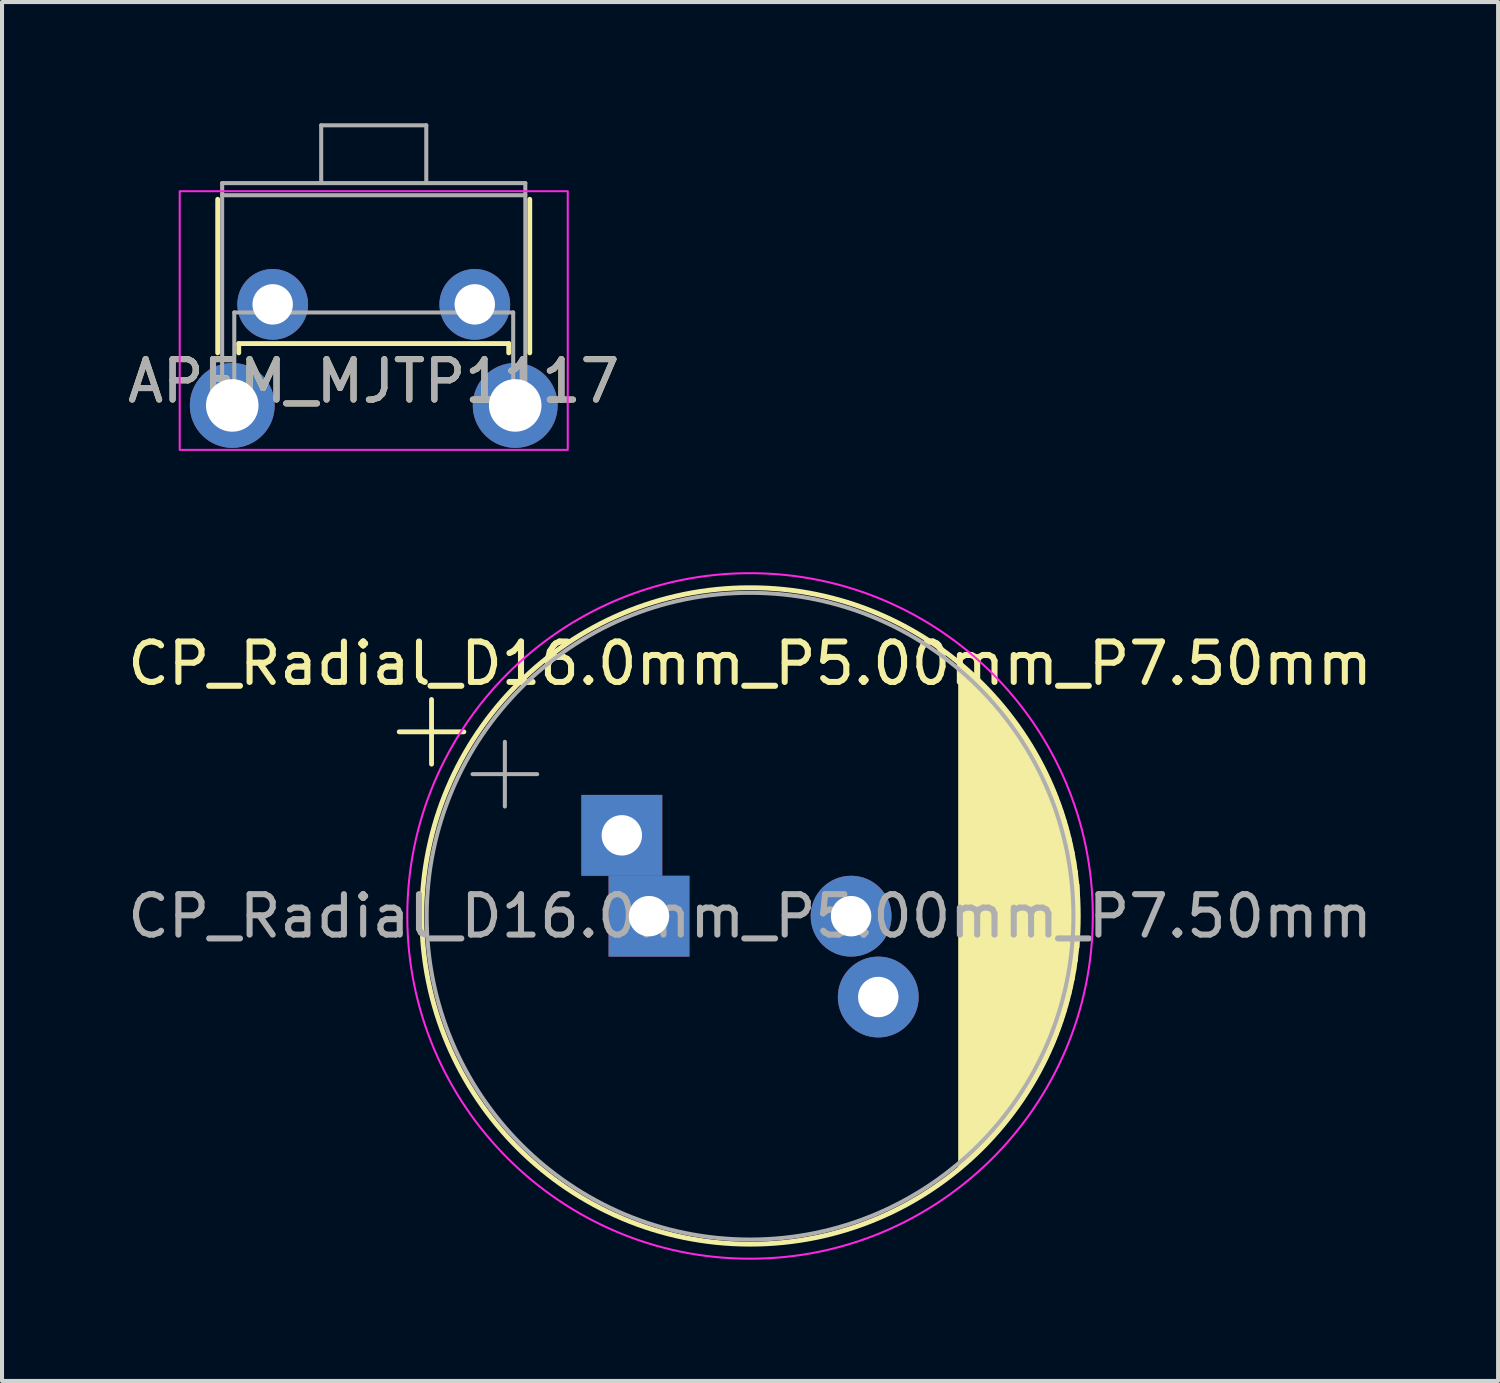
<source format=kicad_pcb>
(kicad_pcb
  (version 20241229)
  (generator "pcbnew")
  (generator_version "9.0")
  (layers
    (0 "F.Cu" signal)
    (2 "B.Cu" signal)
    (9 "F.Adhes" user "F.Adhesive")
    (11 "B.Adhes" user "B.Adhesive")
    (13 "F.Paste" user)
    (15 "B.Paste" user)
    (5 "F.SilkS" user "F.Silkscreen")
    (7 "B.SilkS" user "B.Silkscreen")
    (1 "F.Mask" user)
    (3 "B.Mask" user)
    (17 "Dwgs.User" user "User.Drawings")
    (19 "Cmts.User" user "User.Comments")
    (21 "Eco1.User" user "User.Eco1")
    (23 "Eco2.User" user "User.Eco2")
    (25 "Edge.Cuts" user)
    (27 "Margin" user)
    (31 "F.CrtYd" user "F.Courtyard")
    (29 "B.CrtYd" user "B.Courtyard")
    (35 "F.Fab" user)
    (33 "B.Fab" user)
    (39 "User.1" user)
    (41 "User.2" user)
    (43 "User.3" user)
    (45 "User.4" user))
  (footprint "CP_Radial_D16.0mm_P5.00mm_P7.50mm"
    (layer "F.Cu")
    (at 13.006 19.616)
    (property "Reference" "CP_Radial_D16.0mm_P5.00mm_P7.50mm" (at 2.5 -6.25 0) (layer "F.SilkS") (effects (font (size 1 1) (thickness 0.15))))
    (attr through_hole)
    (fp_line (start -6.18 -4.561) (end -4.58 -4.561) (stroke (width 0.12) (type solid)) (layer "F.SilkS"))
    (fp_line (start -5.38 -5.361) (end -5.38 -3.761) (stroke (width 0.12) (type solid)) (layer "F.SilkS"))
    (fp_line (start 7.71 -6.203) (end 7.71 6.191) (stroke (width 0.12) (type solid)) (layer "F.SilkS"))
    (fp_line (start 7.75 -6.169) (end 7.75 6.157) (stroke (width 0.12) (type solid)) (layer "F.SilkS"))
    (fp_line (start 7.79 -6.135) (end 7.79 6.123) (stroke (width 0.12) (type solid)) (layer "F.SilkS"))
    (fp_line (start 7.83 -6.101) (end 7.83 6.089) (stroke (width 0.12) (type solid)) (layer "F.SilkS"))
    (fp_line (start 7.87 -6.066) (end 7.87 6.054) (stroke (width 0.12) (type solid)) (layer "F.SilkS"))
    (fp_line (start 7.91 -6.031) (end 7.91 6.019) (stroke (width 0.12) (type solid)) (layer "F.SilkS"))
    (fp_line (start 7.95 -5.995) (end 7.95 5.983) (stroke (width 0.12) (type solid)) (layer "F.SilkS"))
    (fp_line (start 7.99 -5.958) (end 7.99 5.946) (stroke (width 0.12) (type solid)) (layer "F.SilkS"))
    (fp_line (start 8.03 -5.922) (end 8.03 5.91) (stroke (width 0.12) (type solid)) (layer "F.SilkS"))
    (fp_line (start 8.07 -5.884) (end 8.07 5.872) (stroke (width 0.12) (type solid)) (layer "F.SilkS"))
    (fp_line (start 8.11 -5.846) (end 8.11 5.834) (stroke (width 0.12) (type solid)) (layer "F.SilkS"))
    (fp_line (start 8.15 -5.808) (end 8.15 5.796) (stroke (width 0.12) (type solid)) (layer "F.SilkS"))
    (fp_line (start 8.19 -5.769) (end 8.19 5.757) (stroke (width 0.12) (type solid)) (layer "F.SilkS"))
    (fp_line (start 8.23 -5.73) (end 8.23 5.718) (stroke (width 0.12) (type solid)) (layer "F.SilkS"))
    (fp_line (start 8.27 -5.69) (end 8.27 5.678) (stroke (width 0.12) (type solid)) (layer "F.SilkS"))
    (fp_line (start 8.31 -5.649) (end 8.31 5.637) (stroke (width 0.12) (type solid)) (layer "F.SilkS"))
    (fp_line (start 8.35 -5.608) (end 8.35 5.596) (stroke (width 0.12) (type solid)) (layer "F.SilkS"))
    (fp_line (start 8.39 -5.566) (end 8.39 5.554) (stroke (width 0.12) (type solid)) (layer "F.SilkS"))
    (fp_line (start 8.43 -5.524) (end 8.43 5.512) (stroke (width 0.12) (type solid)) (layer "F.SilkS"))
    (fp_line (start 8.47 -5.481) (end 8.47 5.469) (stroke (width 0.12) (type solid)) (layer "F.SilkS"))
    (fp_line (start 8.51 -5.438) (end 8.51 5.426) (stroke (width 0.12) (type solid)) (layer "F.SilkS"))
    (fp_line (start 8.55 -5.394) (end 8.55 5.382) (stroke (width 0.12) (type solid)) (layer "F.SilkS"))
    (fp_line (start 8.59 -5.349) (end 8.59 5.337) (stroke (width 0.12) (type solid)) (layer "F.SilkS"))
    (fp_line (start 8.63 -5.303) (end 8.63 5.291) (stroke (width 0.12) (type solid)) (layer "F.SilkS"))
    (fp_line (start 8.67 -5.257) (end 8.67 5.245) (stroke (width 0.12) (type solid)) (layer "F.SilkS"))
    (fp_line (start 8.71 -5.21) (end 8.71 5.198) (stroke (width 0.12) (type solid)) (layer "F.SilkS"))
    (fp_line (start 8.75 -5.162) (end 8.75 5.15) (stroke (width 0.12) (type solid)) (layer "F.SilkS"))
    (fp_line (start 8.79 -5.114) (end 8.79 5.102) (stroke (width 0.12) (type solid)) (layer "F.SilkS"))
    (fp_line (start 8.83 -5.065) (end 8.83 5.053) (stroke (width 0.12) (type solid)) (layer "F.SilkS"))
    (fp_line (start 8.87 -5.015) (end 8.87 5.003) (stroke (width 0.12) (type solid)) (layer "F.SilkS"))
    (fp_line (start 8.91 -4.964) (end 8.91 4.952) (stroke (width 0.12) (type solid)) (layer "F.SilkS"))
    (fp_line (start 8.95 -4.912) (end 8.95 4.9) (stroke (width 0.12) (type solid)) (layer "F.SilkS"))
    (fp_line (start 8.99 -4.86) (end 8.99 4.848) (stroke (width 0.12) (type solid)) (layer "F.SilkS"))
    (fp_line (start 9.03 -4.806) (end 9.03 4.794) (stroke (width 0.12) (type solid)) (layer "F.SilkS"))
    (fp_line (start 9.07 -4.752) (end 9.07 4.74) (stroke (width 0.12) (type solid)) (layer "F.SilkS"))
    (fp_line (start 9.11 -4.697) (end 9.11 4.685) (stroke (width 0.12) (type solid)) (layer "F.SilkS"))
    (fp_line (start 9.15 -4.64) (end 9.15 4.628) (stroke (width 0.12) (type solid)) (layer "F.SilkS"))
    (fp_line (start 9.19 -4.583) (end 9.19 4.571) (stroke (width 0.12) (type solid)) (layer "F.SilkS"))
    (fp_line (start 9.23 -4.525) (end 9.23 4.513) (stroke (width 0.12) (type solid)) (layer "F.SilkS"))
    (fp_line (start 9.27 -4.465) (end 9.27 4.453) (stroke (width 0.12) (type solid)) (layer "F.SilkS"))
    (fp_line (start 9.31 -4.404) (end 9.31 4.392) (stroke (width 0.12) (type solid)) (layer "F.SilkS"))
    (fp_line (start 9.35 -4.342) (end 9.35 4.33) (stroke (width 0.12) (type solid)) (layer "F.SilkS"))
    (fp_line (start 9.39 -4.279) (end 9.39 4.267) (stroke (width 0.12) (type solid)) (layer "F.SilkS"))
    (fp_line (start 9.43 -4.215) (end 9.43 4.203) (stroke (width 0.12) (type solid)) (layer "F.SilkS"))
    (fp_line (start 9.47 -4.149) (end 9.47 4.137) (stroke (width 0.12) (type solid)) (layer "F.SilkS"))
    (fp_line (start 9.51 -4.082) (end 9.51 4.07) (stroke (width 0.12) (type solid)) (layer "F.SilkS"))
    (fp_line (start 9.55 -4.013) (end 9.55 4.001) (stroke (width 0.12) (type solid)) (layer "F.SilkS"))
    (fp_line (start 9.59 -3.942) (end 9.59 3.93) (stroke (width 0.12) (type solid)) (layer "F.SilkS"))
    (fp_line (start 9.63 -3.87) (end 9.63 3.858) (stroke (width 0.12) (type solid)) (layer "F.SilkS"))
    (fp_line (start 9.67 -3.796) (end 9.67 3.784) (stroke (width 0.12) (type solid)) (layer "F.SilkS"))
    (fp_line (start 9.71 -3.721) (end 9.71 3.709) (stroke (width 0.12) (type solid)) (layer "F.SilkS"))
    (fp_line (start 9.75 -3.643) (end 9.75 3.631) (stroke (width 0.12) (type solid)) (layer "F.SilkS"))
    (fp_line (start 9.79 -3.563) (end 9.79 3.551) (stroke (width 0.12) (type solid)) (layer "F.SilkS"))
    (fp_line (start 9.83 -3.481) (end 9.83 3.469) (stroke (width 0.12) (type solid)) (layer "F.SilkS"))
    (fp_line (start 9.87 -3.396) (end 9.87 3.384) (stroke (width 0.12) (type solid)) (layer "F.SilkS"))
    (fp_line (start 9.91 -3.309) (end 9.91 3.297) (stroke (width 0.12) (type solid)) (layer "F.SilkS"))
    (fp_line (start 9.95 -3.219) (end 9.95 3.207) (stroke (width 0.12) (type solid)) (layer "F.SilkS"))
    (fp_line (start 9.99 -3.126) (end 9.99 3.114) (stroke (width 0.12) (type solid)) (layer "F.SilkS"))
    (fp_line (start 10.03 -3.03) (end 10.03 3.018) (stroke (width 0.12) (type solid)) (layer "F.SilkS"))
    (fp_line (start 10.07 -2.93) (end 10.07 2.918) (stroke (width 0.12) (type solid)) (layer "F.SilkS"))
    (fp_line (start 10.11 -2.826) (end 10.11 2.814) (stroke (width 0.12) (type solid)) (layer "F.SilkS"))
    (fp_line (start 10.15 -2.717) (end 10.15 2.705) (stroke (width 0.12) (type solid)) (layer "F.SilkS"))
    (fp_line (start 10.19 -2.603) (end 10.19 2.591) (stroke (width 0.12) (type solid)) (layer "F.SilkS"))
    (fp_line (start 10.23 -2.484) (end 10.23 2.472) (stroke (width 0.12) (type solid)) (layer "F.SilkS"))
    (fp_line (start 10.27 -2.357) (end 10.27 2.345) (stroke (width 0.12) (type solid)) (layer "F.SilkS"))
    (fp_line (start 10.31 -2.224) (end 10.31 2.212) (stroke (width 0.12) (type solid)) (layer "F.SilkS"))
    (fp_line (start 10.35 -2.08) (end 10.35 2.068) (stroke (width 0.12) (type solid)) (layer "F.SilkS"))
    (fp_line (start 10.39 -1.926) (end 10.39 1.914) (stroke (width 0.12) (type solid)) (layer "F.SilkS"))
    (fp_line (start 10.43 -1.758) (end 10.43 1.746) (stroke (width 0.12) (type solid)) (layer "F.SilkS"))
    (fp_line (start 10.47 -1.57) (end 10.47 1.558) (stroke (width 0.12) (type solid)) (layer "F.SilkS"))
    (fp_line (start 10.51 -1.357) (end 10.51 1.345) (stroke (width 0.12) (type solid)) (layer "F.SilkS"))
    (fp_line (start 10.55 -1.104) (end 10.55 1.092) (stroke (width 0.12) (type solid)) (layer "F.SilkS"))
    (fp_line (start 10.59 -0.771) (end 10.59 0.759) (stroke (width 0.12) (type solid)) (layer "F.SilkS"))
    (fp_circle (center 2.5 -0.006) (end 10.62 -0.006) (stroke (width 0.12) (type solid)) (fill no) (layer "F.SilkS"))
    (fp_circle (center 2.5 -0.006) (end 10.98 -0.006) (stroke (width 0.05) (type solid)) (fill no) (layer "F.CrtYd"))
    (fp_line (start -4.366 -3.514) (end -2.766 -3.514) (stroke (width 0.1) (type solid)) (layer "F.Fab"))
    (fp_line (start -3.566 -4.314) (end -3.566 -2.713) (stroke (width 0.1) (type solid)) (layer "F.Fab"))
    (fp_circle (center 2.5 0) (end 10.5 0) (stroke (width 0.1) (type solid)) (fill no) (layer "F.Fab"))
    (fp_text user "${REFERENCE}" (at 2.5 0 0) (layer "F.Fab") (effects (font (size 1 1) (thickness 0.15))))
    (pad "1" thru_hole rect (at -0.672 -2) (size 2 2) (drill 1) (layers "*.Cu" "*.Mask"))
    (pad "1" thru_hole rect (at 0 0) (size 2 2) (drill 1) (layers "*.Cu" "*.Mask"))
    (pad "2" thru_hole circle (at 5 0) (size 2 2) (drill 1) (layers "*.Cu" "*.Mask"))
    (pad "2" thru_hole circle (at 5.672 2) (size 2 2) (drill 1) (layers "*.Cu" "*.Mask")))
  (footprint "APEM_MJTP1117"
    (layer "F.Cu")
    (at 3.696 4.48)
    (property "Reference" "APEM_MJTP1117" (at 2.5 1.9 0) (layer "F.SilkS") (effects (font (size 1 1) (thickness 0.15))))
    (attr through_hole)
    (fp_line (start -1.36 -2.6) (end -1.36 1.2) (stroke (width 0.12) (type solid)) (layer "F.SilkS"))
    (fp_line (start -0.84 0.97) (end -0.84 1.2) (stroke (width 0.12) (type solid)) (layer "F.SilkS"))
    (fp_line (start -0.84 0.97) (end 5.84 0.97) (stroke (width 0.12) (type solid)) (layer "F.SilkS"))
    (fp_line (start 5.84 0.97) (end 5.84 1.2) (stroke (width 0.12) (type solid)) (layer "F.SilkS"))
    (fp_line (start 6.36 -2.6) (end 6.36 1.2) (stroke (width 0.12) (type solid)) (layer "F.SilkS"))
    (fp_rect (start -2.3 -2.8) (end 7.3 3.6) (stroke (width 0.05) (type solid)) (fill no) (layer "F.CrtYd"))
    (fp_line (start -1.25 -3) (end -1.25 2.9) (stroke (width 0.1) (type solid)) (layer "F.Fab"))
    (fp_line (start -1.25 -3) (end 6.25 -3) (stroke (width 0.1) (type solid)) (layer "F.Fab"))
    (fp_line (start -1.25 -2.7) (end 6.25 -2.7) (stroke (width 0.1) (type solid)) (layer "F.Fab"))
    (fp_line (start -1.25 2.9) (end -0.95 2.9) (stroke (width 0.1) (type solid)) (layer "F.Fab"))
    (fp_line (start -0.95 0.2) (end 5.95 0.2) (stroke (width 0.1) (type solid)) (layer "F.Fab"))
    (fp_line (start -0.95 2.9) (end -0.95 0.2) (stroke (width 0.1) (type solid)) (layer "F.Fab"))
    (fp_line (start 1.2 -4.43) (end 1.2 -3) (stroke (width 0.1) (type solid)) (layer "F.Fab"))
    (fp_line (start 1.2 -4.43) (end 3.8 -4.43) (stroke (width 0.1) (type solid)) (layer "F.Fab"))
    (fp_line (start 3.8 -4.43) (end 3.8 -3) (stroke (width 0.1) (type solid)) (layer "F.Fab"))
    (fp_line (start 5.95 2.9) (end 5.95 0.2) (stroke (width 0.1) (type solid)) (layer "F.Fab"))
    (fp_line (start 5.95 2.9) (end 6.25 2.9) (stroke (width 0.1) (type solid)) (layer "F.Fab"))
    (fp_line (start 6.25 2.9) (end 6.25 -3) (stroke (width 0.1) (type solid)) (layer "F.Fab"))
    (fp_text user "${REFERENCE}" (at 2.5 1.9 0) (layer "F.Fab") (effects (font (size 1 1) (thickness 0.15))))
    (pad "" thru_hole circle (at -1 2.5) (size 2.1 2.1) (drill 1.3) (layers "*.Cu" "*.Mask"))
    (pad "" thru_hole circle (at 6 2.5) (size 2.1 2.1) (drill 1.3) (layers "*.Cu" "*.Mask"))
    (pad "1" thru_hole circle (at 0 0) (size 1.75 1.75) (drill 1) (layers "*.Cu" "*.Mask"))
    (pad "2" thru_hole circle (at 5 0) (size 1.75 1.75) (drill 1) (layers "*.Cu" "*.Mask")))
  (gr_rect
    (start -3 -3)
    (end 34.012 31.115)
    (stroke (width 0.1) (type default))
    (fill no)
    (layer "Edge.Cuts")))
</source>
